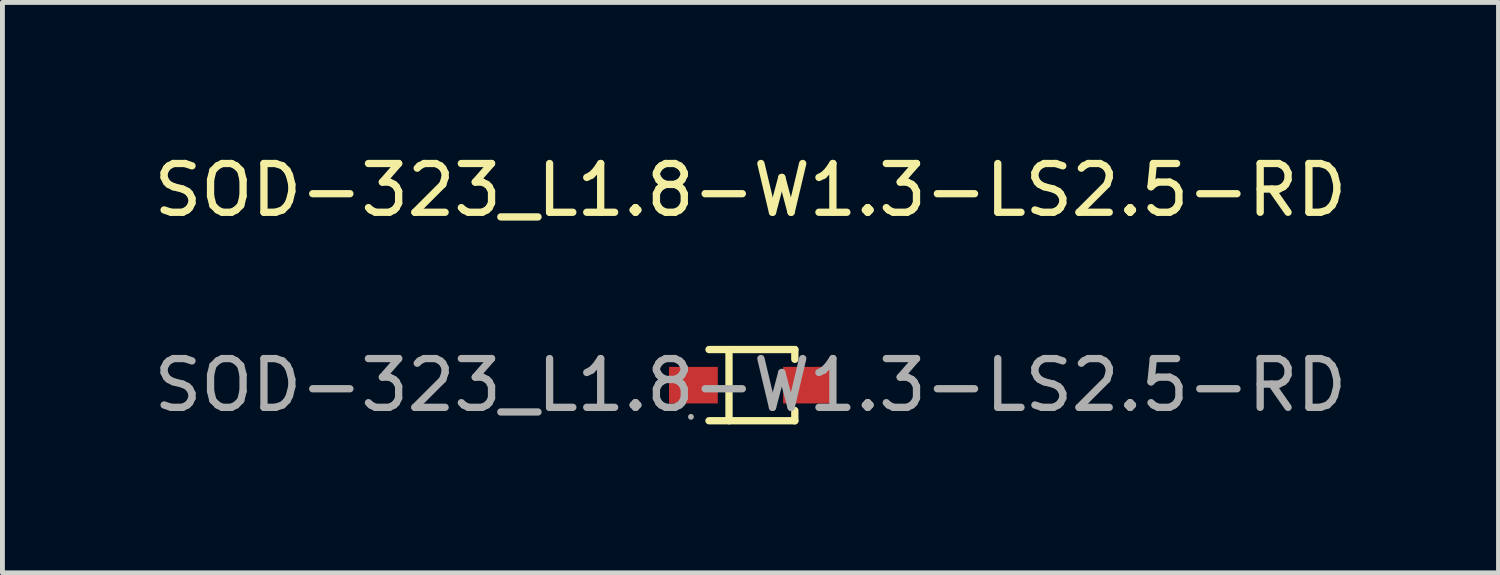
<source format=kicad_pcb>
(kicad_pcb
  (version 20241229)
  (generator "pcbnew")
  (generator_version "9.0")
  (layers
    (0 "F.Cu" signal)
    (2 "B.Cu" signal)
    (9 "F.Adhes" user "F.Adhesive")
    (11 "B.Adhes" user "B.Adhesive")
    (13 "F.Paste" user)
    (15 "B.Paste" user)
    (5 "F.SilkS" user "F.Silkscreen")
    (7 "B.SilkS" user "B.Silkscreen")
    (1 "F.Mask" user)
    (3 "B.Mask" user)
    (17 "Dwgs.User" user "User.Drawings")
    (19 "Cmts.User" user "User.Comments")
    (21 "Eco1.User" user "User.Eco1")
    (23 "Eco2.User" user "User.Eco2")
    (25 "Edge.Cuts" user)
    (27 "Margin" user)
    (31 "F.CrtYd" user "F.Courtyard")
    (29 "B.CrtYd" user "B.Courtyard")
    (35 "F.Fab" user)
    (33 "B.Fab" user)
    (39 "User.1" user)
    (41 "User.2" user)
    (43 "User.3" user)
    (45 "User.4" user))
  (footprint "SOD-323_L1.8-W1.3-LS2.5-RD"
    (layer "F.Cu")
    (at 12.339 4.848)
    (property "Reference" "SOD-323_L1.8-W1.3-LS2.5-RD" (at 0 -4 0) (layer "F.SilkS") (effects (font (size 1 1) (thickness 0.15))))
    (attr smd)
    (fp_line (start -0.85 -0.73) (end 0.91 -0.73) (stroke (width 0.15) (type solid)) (layer "F.SilkS"))
    (fp_line (start -0.85 0.73) (end 0.91 0.73) (stroke (width 0.15) (type solid)) (layer "F.SilkS"))
    (fp_line (start -0.44 -0.73) (end -0.44 0.73) (stroke (width 0.15) (type solid)) (layer "F.SilkS"))
    (fp_line (start 0.91 -0.73) (end 0.91 -0.53) (stroke (width 0.15) (type solid)) (layer "F.SilkS"))
    (fp_line (start 0.91 0.73) (end 0.91 0.52) (stroke (width 0.15) (type solid)) (layer "F.SilkS"))
    (fp_circle (center -1.22 0.65) (end -1.19 0.65) (stroke (width 0.06) (type solid)) (fill no) (layer "F.Fab"))
    (fp_text user "${REFERENCE}" (at 0 0 0) (layer "F.Fab") (effects (font (size 1 1) (thickness 0.15))))
    (pad "1" smd rect (at -1.17 0) (size 1 0.75) (layers "F.Cu" "F.Mask" "F.Paste"))
    (pad "2" smd rect (at 1.17 0) (size 1 0.75) (layers "F.Cu" "F.Mask" "F.Paste")))
  (gr_rect
    (start -3 -3)
    (end 27.679 8.697)
    (stroke (width 0.1) (type default))
    (fill no)
    (layer "Edge.Cuts")))
</source>
